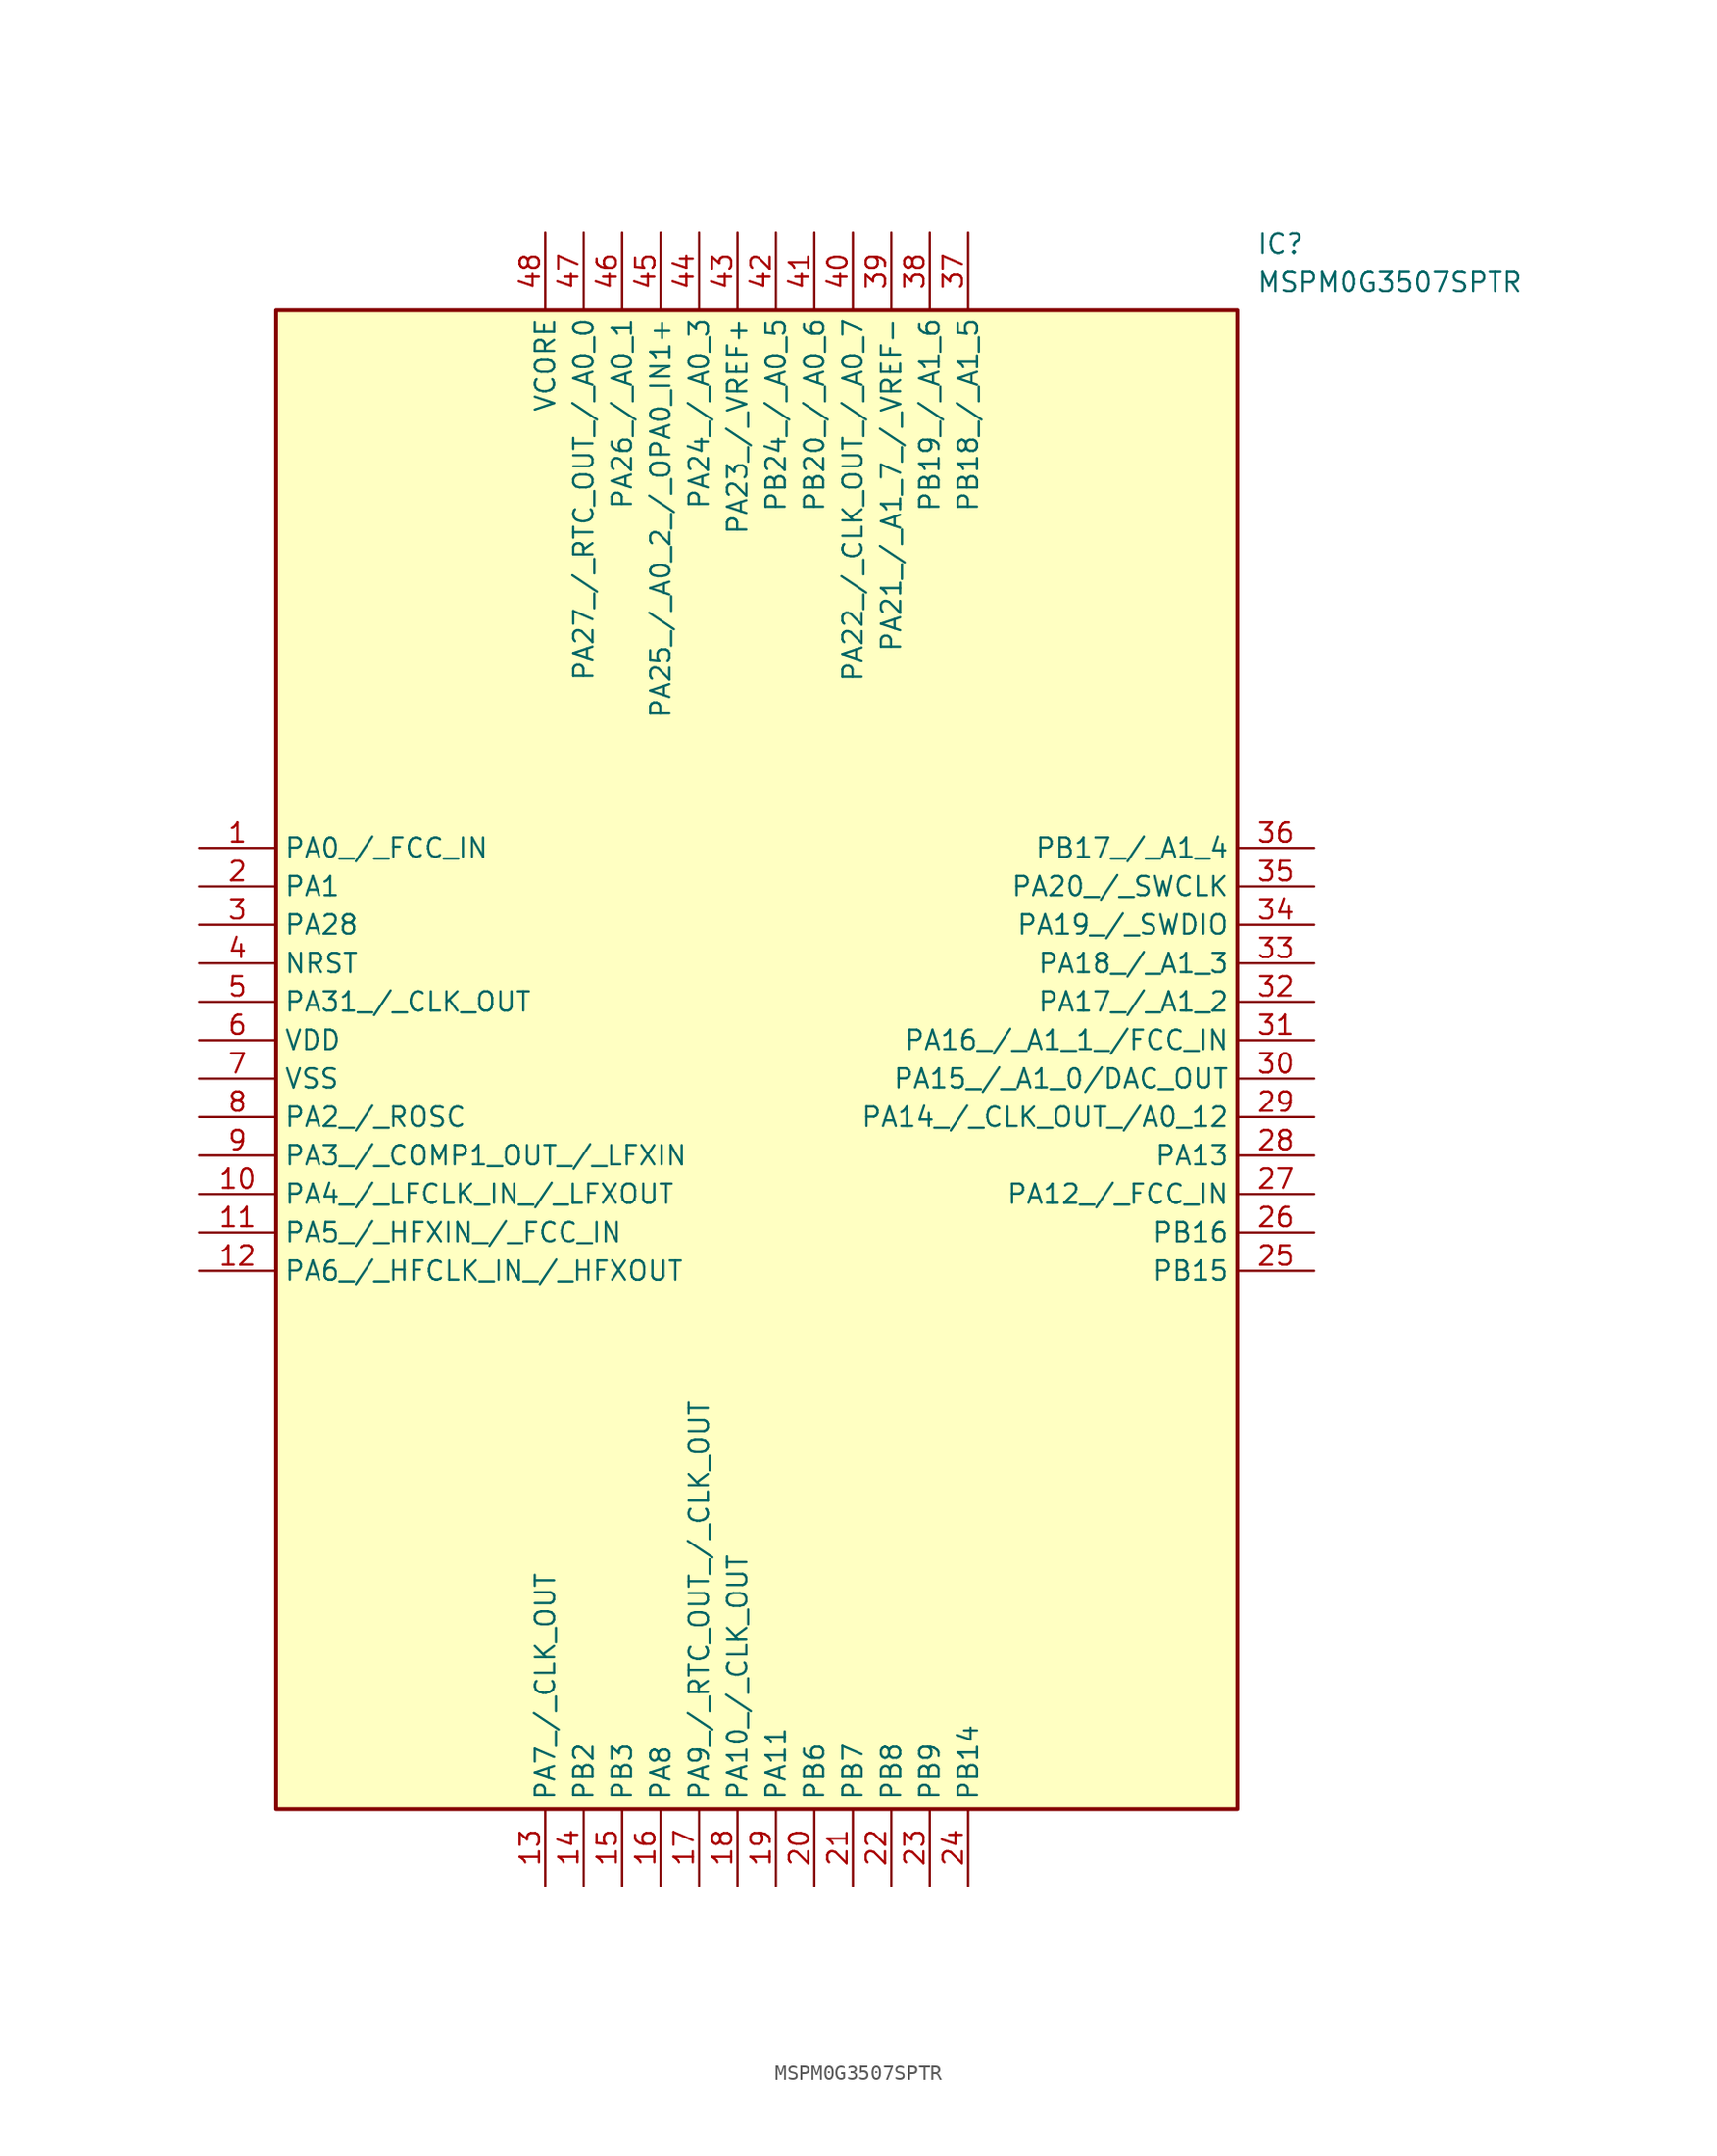
<source format=kicad_sym>
(kicad_symbol_lib
  (version 20231120)
  (generator "kicad_symbol_editor")
  (generator_version "8.0")
  (symbol "MSPM0G3507SPTR"
    (property "Reference" "IC"
      (at 69.85 40.64 0)
      (effects (font (size 1.27 1.27)) (justify left top)))
    (property "Value" "MSPM0G3507SPTR"
      (at 69.85 38.1 0)
      (effects (font (size 1.27 1.27)) (justify left top)))
    (symbol "MSPM0G3507SPTR_1_1"
      (rectangle (start 5.08 35.56) (end 68.58 -63.5) (stroke (width 0.254) (type default)) (fill (type background)))
      (pin passive line (at 0 0 0) (length 5.08) (name "PA0_/_FCC_IN" (effects (font (size 1.27 1.27)))) (number "1" (effects (font (size 1.27 1.27)))))
      (pin passive line (at 0 -22.86 0) (length 5.08) (name "PA4_/_LFCLK_IN_/_LFXOUT" (effects (font (size 1.27 1.27)))) (number "10" (effects (font (size 1.27 1.27)))))
      (pin passive line (at 0 -25.4 0) (length 5.08) (name "PA5_/_HFXIN_/_FCC_IN" (effects (font (size 1.27 1.27)))) (number "11" (effects (font (size 1.27 1.27)))))
      (pin passive line (at 0 -27.94 0) (length 5.08) (name "PA6_/_HFCLK_IN_/_HFXOUT" (effects (font (size 1.27 1.27)))) (number "12" (effects (font (size 1.27 1.27)))))
      (pin passive line (at 22.86 -68.58 90) (length 5.08) (name "PA7_/_CLK_OUT" (effects (font (size 1.27 1.27)))) (number "13" (effects (font (size 1.27 1.27)))))
      (pin passive line (at 25.4 -68.58 90) (length 5.08) (name "PB2" (effects (font (size 1.27 1.27)))) (number "14" (effects (font (size 1.27 1.27)))))
      (pin passive line (at 27.94 -68.58 90) (length 5.08) (name "PB3" (effects (font (size 1.27 1.27)))) (number "15" (effects (font (size 1.27 1.27)))))
      (pin passive line (at 30.48 -68.58 90) (length 5.08) (name "PA8" (effects (font (size 1.27 1.27)))) (number "16" (effects (font (size 1.27 1.27)))))
      (pin passive line (at 33.02 -68.58 90) (length 5.08) (name "PA9_/_RTC_OUT_/_CLK_OUT" (effects (font (size 1.27 1.27)))) (number "17" (effects (font (size 1.27 1.27)))))
      (pin passive line (at 35.56 -68.58 90) (length 5.08) (name "PA10_/_CLK_OUT" (effects (font (size 1.27 1.27)))) (number "18" (effects (font (size 1.27 1.27)))))
      (pin passive line (at 38.1 -68.58 90) (length 5.08) (name "PA11" (effects (font (size 1.27 1.27)))) (number "19" (effects (font (size 1.27 1.27)))))
      (pin passive line (at 0 -2.54 0) (length 5.08) (name "PA1" (effects (font (size 1.27 1.27)))) (number "2" (effects (font (size 1.27 1.27)))))
      (pin passive line (at 40.64 -68.58 90) (length 5.08) (name "PB6" (effects (font (size 1.27 1.27)))) (number "20" (effects (font (size 1.27 1.27)))))
      (pin passive line (at 43.18 -68.58 90) (length 5.08) (name "PB7" (effects (font (size 1.27 1.27)))) (number "21" (effects (font (size 1.27 1.27)))))
      (pin passive line (at 45.72 -68.58 90) (length 5.08) (name "PB8" (effects (font (size 1.27 1.27)))) (number "22" (effects (font (size 1.27 1.27)))))
      (pin passive line (at 48.26 -68.58 90) (length 5.08) (name "PB9" (effects (font (size 1.27 1.27)))) (number "23" (effects (font (size 1.27 1.27)))))
      (pin passive line (at 50.8 -68.58 90) (length 5.08) (name "PB14" (effects (font (size 1.27 1.27)))) (number "24" (effects (font (size 1.27 1.27)))))
      (pin passive line (at 73.66 -27.94 180) (length 5.08) (name "PB15" (effects (font (size 1.27 1.27)))) (number "25" (effects (font (size 1.27 1.27)))))
      (pin passive line (at 73.66 -25.4 180) (length 5.08) (name "PB16" (effects (font (size 1.27 1.27)))) (number "26" (effects (font (size 1.27 1.27)))))
      (pin passive line (at 73.66 -22.86 180) (length 5.08) (name "PA12_/_FCC_IN" (effects (font (size 1.27 1.27)))) (number "27" (effects (font (size 1.27 1.27)))))
      (pin passive line (at 73.66 -20.32 180) (length 5.08) (name "PA13" (effects (font (size 1.27 1.27)))) (number "28" (effects (font (size 1.27 1.27)))))
      (pin passive line (at 73.66 -17.78 180) (length 5.08) (name "PA14_/_CLK_OUT_/A0_12" (effects (font (size 1.27 1.27)))) (number "29" (effects (font (size 1.27 1.27)))))
      (pin passive line (at 0 -5.08 0) (length 5.08) (name "PA28" (effects (font (size 1.27 1.27)))) (number "3" (effects (font (size 1.27 1.27)))))
      (pin passive line (at 73.66 -15.24 180) (length 5.08) (name "PA15_/_A1_0/DAC_OUT" (effects (font (size 1.27 1.27)))) (number "30" (effects (font (size 1.27 1.27)))))
      (pin passive line (at 73.66 -12.7 180) (length 5.08) (name "PA16_/_A1_1_/FCC_IN" (effects (font (size 1.27 1.27)))) (number "31" (effects (font (size 1.27 1.27)))))
      (pin passive line (at 73.66 -10.16 180) (length 5.08) (name "PA17_/_A1_2" (effects (font (size 1.27 1.27)))) (number "32" (effects (font (size 1.27 1.27)))))
      (pin passive line (at 73.66 -7.62 180) (length 5.08) (name "PA18_/_A1_3" (effects (font (size 1.27 1.27)))) (number "33" (effects (font (size 1.27 1.27)))))
      (pin passive line (at 73.66 -5.08 180) (length 5.08) (name "PA19_/_SWDIO" (effects (font (size 1.27 1.27)))) (number "34" (effects (font (size 1.27 1.27)))))
      (pin passive line (at 73.66 -2.54 180) (length 5.08) (name "PA20_/_SWCLK" (effects (font (size 1.27 1.27)))) (number "35" (effects (font (size 1.27 1.27)))))
      (pin passive line (at 73.66 0 180) (length 5.08) (name "PB17_/_A1_4" (effects (font (size 1.27 1.27)))) (number "36" (effects (font (size 1.27 1.27)))))
      (pin passive line (at 50.8 40.64 270) (length 5.08) (name "PB18_/_A1_5" (effects (font (size 1.27 1.27)))) (number "37" (effects (font (size 1.27 1.27)))))
      (pin passive line (at 48.26 40.64 270) (length 5.08) (name "PB19_/_A1_6" (effects (font (size 1.27 1.27)))) (number "38" (effects (font (size 1.27 1.27)))))
      (pin passive line (at 45.72 40.64 270) (length 5.08) (name "PA21_/_A1_7_/_VREF-" (effects (font (size 1.27 1.27)))) (number "39" (effects (font (size 1.27 1.27)))))
      (pin passive line (at 0 -7.62 0) (length 5.08) (name "NRST" (effects (font (size 1.27 1.27)))) (number "4" (effects (font (size 1.27 1.27)))))
      (pin passive line (at 43.18 40.64 270) (length 5.08) (name "PA22_/_CLK_OUT_/_A0_7" (effects (font (size 1.27 1.27)))) (number "40" (effects (font (size 1.27 1.27)))))
      (pin passive line (at 40.64 40.64 270) (length 5.08) (name "PB20_/_A0_6" (effects (font (size 1.27 1.27)))) (number "41" (effects (font (size 1.27 1.27)))))
      (pin passive line (at 38.1 40.64 270) (length 5.08) (name "PB24_/_A0_5" (effects (font (size 1.27 1.27)))) (number "42" (effects (font (size 1.27 1.27)))))
      (pin passive line (at 35.56 40.64 270) (length 5.08) (name "PA23_/_VREF+" (effects (font (size 1.27 1.27)))) (number "43" (effects (font (size 1.27 1.27)))))
      (pin passive line (at 33.02 40.64 270) (length 5.08) (name "PA24_/_A0_3" (effects (font (size 1.27 1.27)))) (number "44" (effects (font (size 1.27 1.27)))))
      (pin passive line (at 30.48 40.64 270) (length 5.08) (name "PA25_/_A0_2_/_OPA0_IN1+" (effects (font (size 1.27 1.27)))) (number "45" (effects (font (size 1.27 1.27)))))
      (pin passive line (at 27.94 40.64 270) (length 5.08) (name "PA26_/_A0_1" (effects (font (size 1.27 1.27)))) (number "46" (effects (font (size 1.27 1.27)))))
      (pin passive line (at 25.4 40.64 270) (length 5.08) (name "PA27_/_RTC_OUT_/_A0_0" (effects (font (size 1.27 1.27)))) (number "47" (effects (font (size 1.27 1.27)))))
      (pin passive line (at 22.86 40.64 270) (length 5.08) (name "VCORE" (effects (font (size 1.27 1.27)))) (number "48" (effects (font (size 1.27 1.27)))))
      (pin passive line (at 0 -10.16 0) (length 5.08) (name "PA31_/_CLK_OUT" (effects (font (size 1.27 1.27)))) (number "5" (effects (font (size 1.27 1.27)))))
      (pin passive line (at 0 -12.7 0) (length 5.08) (name "VDD" (effects (font (size 1.27 1.27)))) (number "6" (effects (font (size 1.27 1.27)))))
      (pin passive line (at 0 -15.24 0) (length 5.08) (name "VSS" (effects (font (size 1.27 1.27)))) (number "7" (effects (font (size 1.27 1.27)))))
      (pin passive line (at 0 -17.78 0) (length 5.08) (name "PA2_/_ROSC" (effects (font (size 1.27 1.27)))) (number "8" (effects (font (size 1.27 1.27)))))
      (pin passive line (at 0 -20.32 0) (length 5.08) (name "PA3_/_COMP1_OUT_/_LFXIN" (effects (font (size 1.27 1.27)))) (number "9" (effects (font (size 1.27 1.27))))))))
</source>
